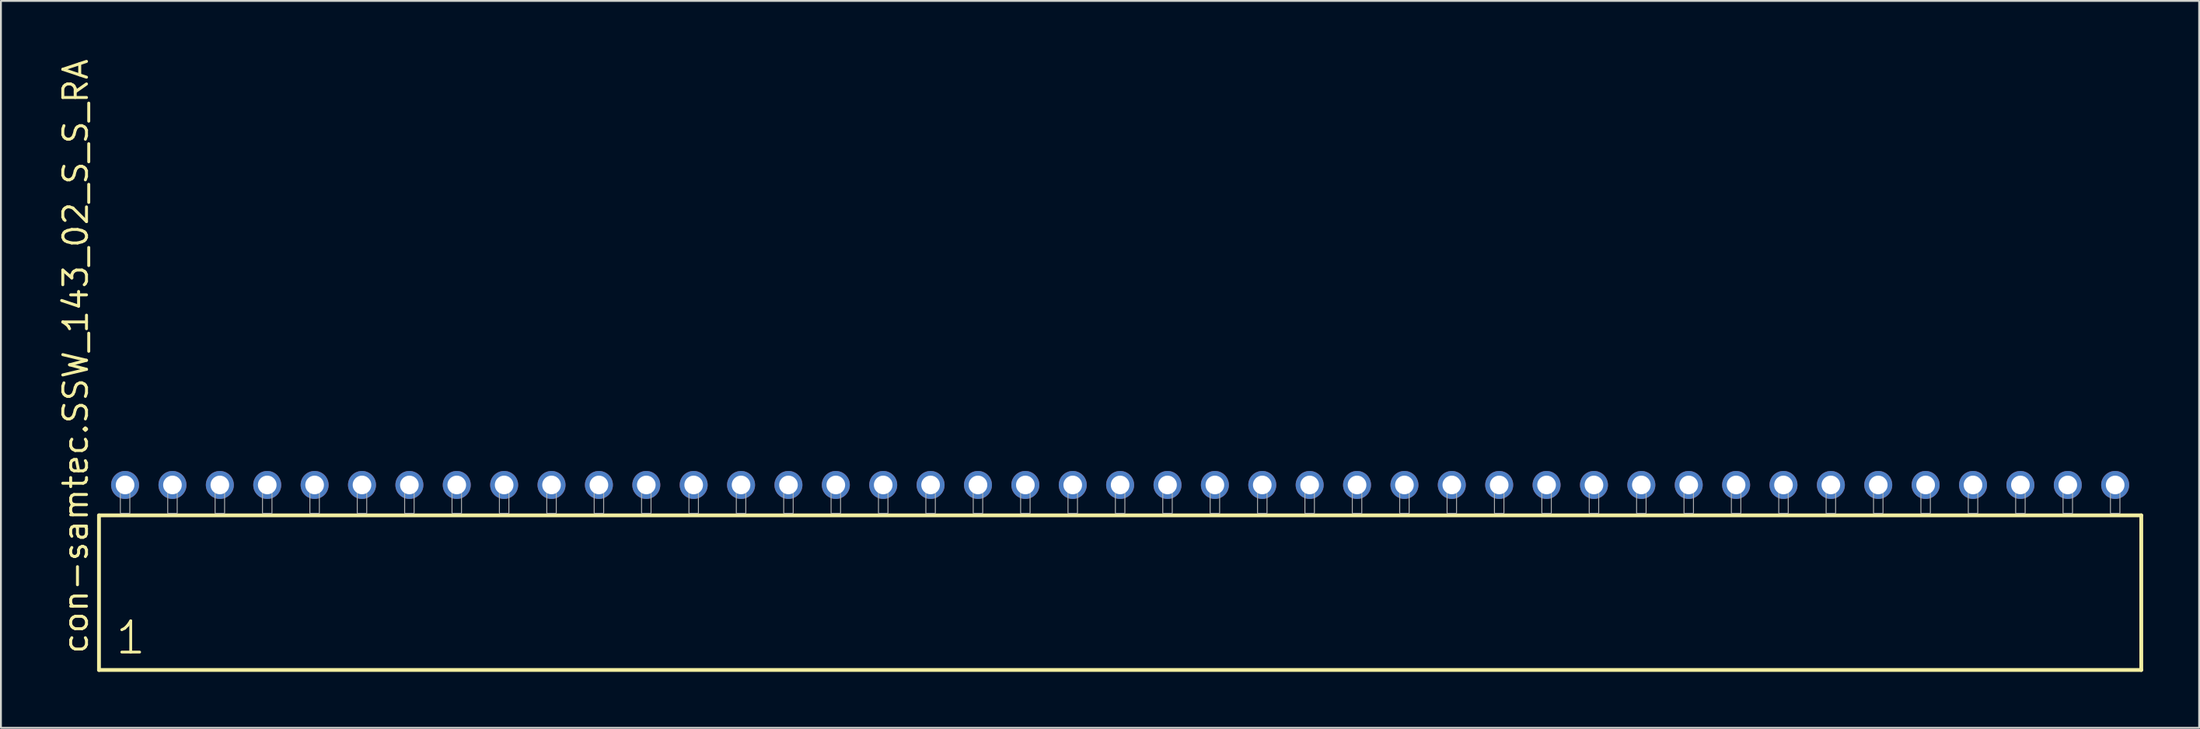
<source format=kicad_pcb>
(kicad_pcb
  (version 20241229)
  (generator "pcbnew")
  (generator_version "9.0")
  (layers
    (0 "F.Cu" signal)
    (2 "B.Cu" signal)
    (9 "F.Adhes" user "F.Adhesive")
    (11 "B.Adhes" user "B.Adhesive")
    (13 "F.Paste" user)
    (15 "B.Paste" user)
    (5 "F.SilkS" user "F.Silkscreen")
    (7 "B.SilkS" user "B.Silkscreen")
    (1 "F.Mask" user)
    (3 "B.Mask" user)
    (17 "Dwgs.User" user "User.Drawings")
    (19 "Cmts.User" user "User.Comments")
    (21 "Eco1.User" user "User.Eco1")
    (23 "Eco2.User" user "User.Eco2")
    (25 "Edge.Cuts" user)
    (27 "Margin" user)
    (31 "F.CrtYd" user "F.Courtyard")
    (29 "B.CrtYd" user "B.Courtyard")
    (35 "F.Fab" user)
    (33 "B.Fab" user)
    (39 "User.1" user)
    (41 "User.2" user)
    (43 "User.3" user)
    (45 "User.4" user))
  (footprint "con-samtec.SSW_143_02_S_S_RA"
    (layer "F.Cu")
    (at 56.995 24.477)
    (property "Reference" "con-samtec.SSW_143_02_S_S_RA" (at -55.245 7.62 90) (layer "F.SilkS") (effects (font (size 1.27 1.27) (thickness 0.16)) (justify left bottom)))
    (attr through_hole)
    (fp_line (start -54.739 0.106) (end -54.739 8.396) (stroke (width 0.203) (type default)) (layer "F.SilkS"))
    (fp_line (start -54.739 8.396) (end 54.739 8.396) (stroke (width 0.203) (type default)) (layer "F.SilkS"))
    (fp_line (start 54.739 0.106) (end -54.739 0.106) (stroke (width 0.203) (type default)) (layer "F.SilkS"))
    (fp_line (start 54.739 8.396) (end 54.739 0.106) (stroke (width 0.203) (type default)) (layer "F.SilkS"))
    (fp_rect (start -53.594 0) (end -53.086 -1.778) (stroke (width 0.05) (type default)) (fill no) (layer "F.Fab"))
    (fp_rect (start -51.054 0) (end -50.546 -1.778) (stroke (width 0.05) (type default)) (fill no) (layer "F.Fab"))
    (fp_rect (start -48.514 0) (end -48.006 -1.778) (stroke (width 0.05) (type default)) (fill no) (layer "F.Fab"))
    (fp_rect (start -45.974 0) (end -45.466 -1.778) (stroke (width 0.05) (type default)) (fill no) (layer "F.Fab"))
    (fp_rect (start -43.434 0) (end -42.926 -1.778) (stroke (width 0.05) (type default)) (fill no) (layer "F.Fab"))
    (fp_rect (start -40.894 0) (end -40.386 -1.778) (stroke (width 0.05) (type default)) (fill no) (layer "F.Fab"))
    (fp_rect (start -38.354 0) (end -37.846 -1.778) (stroke (width 0.05) (type default)) (fill no) (layer "F.Fab"))
    (fp_rect (start -35.814 0) (end -35.306 -1.778) (stroke (width 0.05) (type default)) (fill no) (layer "F.Fab"))
    (fp_rect (start -33.274 0) (end -32.766 -1.778) (stroke (width 0.05) (type default)) (fill no) (layer "F.Fab"))
    (fp_rect (start -30.734 0) (end -30.226 -1.778) (stroke (width 0.05) (type default)) (fill no) (layer "F.Fab"))
    (fp_rect (start -28.194 0) (end -27.686 -1.778) (stroke (width 0.05) (type default)) (fill no) (layer "F.Fab"))
    (fp_rect (start -25.654 0) (end -25.146 -1.778) (stroke (width 0.05) (type default)) (fill no) (layer "F.Fab"))
    (fp_rect (start -23.114 0) (end -22.606 -1.778) (stroke (width 0.05) (type default)) (fill no) (layer "F.Fab"))
    (fp_rect (start -20.574 0) (end -20.066 -1.778) (stroke (width 0.05) (type default)) (fill no) (layer "F.Fab"))
    (fp_rect (start -18.034 0) (end -17.526 -1.778) (stroke (width 0.05) (type default)) (fill no) (layer "F.Fab"))
    (fp_rect (start -15.494 0) (end -14.986 -1.778) (stroke (width 0.05) (type default)) (fill no) (layer "F.Fab"))
    (fp_rect (start -12.954 0) (end -12.446 -1.778) (stroke (width 0.05) (type default)) (fill no) (layer "F.Fab"))
    (fp_rect (start -10.414 0) (end -9.906 -1.778) (stroke (width 0.05) (type default)) (fill no) (layer "F.Fab"))
    (fp_rect (start -7.874 0) (end -7.366 -1.778) (stroke (width 0.05) (type default)) (fill no) (layer "F.Fab"))
    (fp_rect (start -5.334 0) (end -4.826 -1.778) (stroke (width 0.05) (type default)) (fill no) (layer "F.Fab"))
    (fp_rect (start -2.794 0) (end -2.286 -1.778) (stroke (width 0.05) (type default)) (fill no) (layer "F.Fab"))
    (fp_rect (start -0.254 0) (end 0.254 -1.778) (stroke (width 0.05) (type default)) (fill no) (layer "F.Fab"))
    (fp_rect (start 2.286 0) (end 2.794 -1.778) (stroke (width 0.05) (type default)) (fill no) (layer "F.Fab"))
    (fp_rect (start 4.826 0) (end 5.334 -1.778) (stroke (width 0.05) (type default)) (fill no) (layer "F.Fab"))
    (fp_rect (start 7.366 0) (end 7.874 -1.778) (stroke (width 0.05) (type default)) (fill no) (layer "F.Fab"))
    (fp_rect (start 9.906 0) (end 10.414 -1.778) (stroke (width 0.05) (type default)) (fill no) (layer "F.Fab"))
    (fp_rect (start 12.446 0) (end 12.954 -1.778) (stroke (width 0.05) (type default)) (fill no) (layer "F.Fab"))
    (fp_rect (start 14.986 0) (end 15.494 -1.778) (stroke (width 0.05) (type default)) (fill no) (layer "F.Fab"))
    (fp_rect (start 17.526 0) (end 18.034 -1.778) (stroke (width 0.05) (type default)) (fill no) (layer "F.Fab"))
    (fp_rect (start 20.066 0) (end 20.574 -1.778) (stroke (width 0.05) (type default)) (fill no) (layer "F.Fab"))
    (fp_rect (start 22.606 0) (end 23.114 -1.778) (stroke (width 0.05) (type default)) (fill no) (layer "F.Fab"))
    (fp_rect (start 25.146 0) (end 25.654 -1.778) (stroke (width 0.05) (type default)) (fill no) (layer "F.Fab"))
    (fp_rect (start 27.686 0) (end 28.194 -1.778) (stroke (width 0.05) (type default)) (fill no) (layer "F.Fab"))
    (fp_rect (start 30.226 0) (end 30.734 -1.778) (stroke (width 0.05) (type default)) (fill no) (layer "F.Fab"))
    (fp_rect (start 32.766 0) (end 33.274 -1.778) (stroke (width 0.05) (type default)) (fill no) (layer "F.Fab"))
    (fp_rect (start 35.306 0) (end 35.814 -1.778) (stroke (width 0.05) (type default)) (fill no) (layer "F.Fab"))
    (fp_rect (start 37.846 0) (end 38.354 -1.778) (stroke (width 0.05) (type default)) (fill no) (layer "F.Fab"))
    (fp_rect (start 40.386 0) (end 40.894 -1.778) (stroke (width 0.05) (type default)) (fill no) (layer "F.Fab"))
    (fp_rect (start 42.926 0) (end 43.434 -1.778) (stroke (width 0.05) (type default)) (fill no) (layer "F.Fab"))
    (fp_rect (start 45.466 0) (end 45.974 -1.778) (stroke (width 0.05) (type default)) (fill no) (layer "F.Fab"))
    (fp_rect (start 48.006 0) (end 48.514 -1.778) (stroke (width 0.05) (type default)) (fill no) (layer "F.Fab"))
    (fp_rect (start 50.546 0) (end 51.054 -1.778) (stroke (width 0.05) (type default)) (fill no) (layer "F.Fab"))
    (fp_rect (start 53.086 0) (end 53.594 -1.778) (stroke (width 0.05) (type default)) (fill no) (layer "F.Fab"))
    (fp_text user "1" (at -53.935 7.65 0) (layer "F.SilkS") (effects (font (size 1.676 1.676) (thickness 0.15)) (justify left bottom)))
    (pad "1" thru_hole circle (at -53.34 -1.524) (size 1.5 1.5) (drill 1) (layers "*.Cu" "*.Mask"))
    (pad "2" thru_hole circle (at -50.8 -1.524) (size 1.5 1.5) (drill 1) (layers "*.Cu" "*.Mask"))
    (pad "3" thru_hole circle (at -48.26 -1.524) (size 1.5 1.5) (drill 1) (layers "*.Cu" "*.Mask"))
    (pad "4" thru_hole circle (at -45.72 -1.524) (size 1.5 1.5) (drill 1) (layers "*.Cu" "*.Mask"))
    (pad "5" thru_hole circle (at -43.18 -1.524) (size 1.5 1.5) (drill 1) (layers "*.Cu" "*.Mask"))
    (pad "6" thru_hole circle (at -40.64 -1.524) (size 1.5 1.5) (drill 1) (layers "*.Cu" "*.Mask"))
    (pad "7" thru_hole circle (at -38.1 -1.524) (size 1.5 1.5) (drill 1) (layers "*.Cu" "*.Mask"))
    (pad "8" thru_hole circle (at -35.56 -1.524) (size 1.5 1.5) (drill 1) (layers "*.Cu" "*.Mask"))
    (pad "9" thru_hole circle (at -33.02 -1.524) (size 1.5 1.5) (drill 1) (layers "*.Cu" "*.Mask"))
    (pad "10" thru_hole circle (at -30.48 -1.524) (size 1.5 1.5) (drill 1) (layers "*.Cu" "*.Mask"))
    (pad "11" thru_hole circle (at -27.94 -1.524) (size 1.5 1.5) (drill 1) (layers "*.Cu" "*.Mask"))
    (pad "12" thru_hole circle (at -25.4 -1.524) (size 1.5 1.5) (drill 1) (layers "*.Cu" "*.Mask"))
    (pad "13" thru_hole circle (at -22.86 -1.524) (size 1.5 1.5) (drill 1) (layers "*.Cu" "*.Mask"))
    (pad "14" thru_hole circle (at -20.32 -1.524) (size 1.5 1.5) (drill 1) (layers "*.Cu" "*.Mask"))
    (pad "15" thru_hole circle (at -17.78 -1.524) (size 1.5 1.5) (drill 1) (layers "*.Cu" "*.Mask"))
    (pad "16" thru_hole circle (at -15.24 -1.524) (size 1.5 1.5) (drill 1) (layers "*.Cu" "*.Mask"))
    (pad "17" thru_hole circle (at -12.7 -1.524) (size 1.5 1.5) (drill 1) (layers "*.Cu" "*.Mask"))
    (pad "18" thru_hole circle (at -10.16 -1.524) (size 1.5 1.5) (drill 1) (layers "*.Cu" "*.Mask"))
    (pad "19" thru_hole circle (at -7.62 -1.524) (size 1.5 1.5) (drill 1) (layers "*.Cu" "*.Mask"))
    (pad "20" thru_hole circle (at -5.08 -1.524) (size 1.5 1.5) (drill 1) (layers "*.Cu" "*.Mask"))
    (pad "21" thru_hole circle (at -2.54 -1.524) (size 1.5 1.5) (drill 1) (layers "*.Cu" "*.Mask"))
    (pad "22" thru_hole circle (at 0 -1.524) (size 1.5 1.5) (drill 1) (layers "*.Cu" "*.Mask"))
    (pad "23" thru_hole circle (at 2.54 -1.524) (size 1.5 1.5) (drill 1) (layers "*.Cu" "*.Mask"))
    (pad "24" thru_hole circle (at 5.08 -1.524) (size 1.5 1.5) (drill 1) (layers "*.Cu" "*.Mask"))
    (pad "25" thru_hole circle (at 7.62 -1.524) (size 1.5 1.5) (drill 1) (layers "*.Cu" "*.Mask"))
    (pad "26" thru_hole circle (at 10.16 -1.524) (size 1.5 1.5) (drill 1) (layers "*.Cu" "*.Mask"))
    (pad "27" thru_hole circle (at 12.7 -1.524) (size 1.5 1.5) (drill 1) (layers "*.Cu" "*.Mask"))
    (pad "28" thru_hole circle (at 15.24 -1.524) (size 1.5 1.5) (drill 1) (layers "*.Cu" "*.Mask"))
    (pad "29" thru_hole circle (at 17.78 -1.524) (size 1.5 1.5) (drill 1) (layers "*.Cu" "*.Mask"))
    (pad "30" thru_hole circle (at 20.32 -1.524) (size 1.5 1.5) (drill 1) (layers "*.Cu" "*.Mask"))
    (pad "31" thru_hole circle (at 22.86 -1.524) (size 1.5 1.5) (drill 1) (layers "*.Cu" "*.Mask"))
    (pad "32" thru_hole circle (at 25.4 -1.524) (size 1.5 1.5) (drill 1) (layers "*.Cu" "*.Mask"))
    (pad "33" thru_hole circle (at 27.94 -1.524) (size 1.5 1.5) (drill 1) (layers "*.Cu" "*.Mask"))
    (pad "34" thru_hole circle (at 30.48 -1.524) (size 1.5 1.5) (drill 1) (layers "*.Cu" "*.Mask"))
    (pad "35" thru_hole circle (at 33.02 -1.524) (size 1.5 1.5) (drill 1) (layers "*.Cu" "*.Mask"))
    (pad "36" thru_hole circle (at 35.56 -1.524) (size 1.5 1.5) (drill 1) (layers "*.Cu" "*.Mask"))
    (pad "37" thru_hole circle (at 38.1 -1.524) (size 1.5 1.5) (drill 1) (layers "*.Cu" "*.Mask"))
    (pad "38" thru_hole circle (at 40.64 -1.524) (size 1.5 1.5) (drill 1) (layers "*.Cu" "*.Mask"))
    (pad "39" thru_hole circle (at 43.18 -1.524) (size 1.5 1.5) (drill 1) (layers "*.Cu" "*.Mask"))
    (pad "40" thru_hole circle (at 45.72 -1.524) (size 1.5 1.5) (drill 1) (layers "*.Cu" "*.Mask"))
    (pad "41" thru_hole circle (at 48.26 -1.524) (size 1.5 1.5) (drill 1) (layers "*.Cu" "*.Mask"))
    (pad "42" thru_hole circle (at 50.8 -1.524) (size 1.5 1.5) (drill 1) (layers "*.Cu" "*.Mask"))
    (pad "43" thru_hole circle (at 53.34 -1.524) (size 1.5 1.5) (drill 1) (layers "*.Cu" "*.Mask")))
  (gr_rect
    (start -3 -3)
    (end 114.836 35.975)
    (stroke (width 0.1) (type default))
    (fill no)
    (layer "Edge.Cuts")))
</source>
